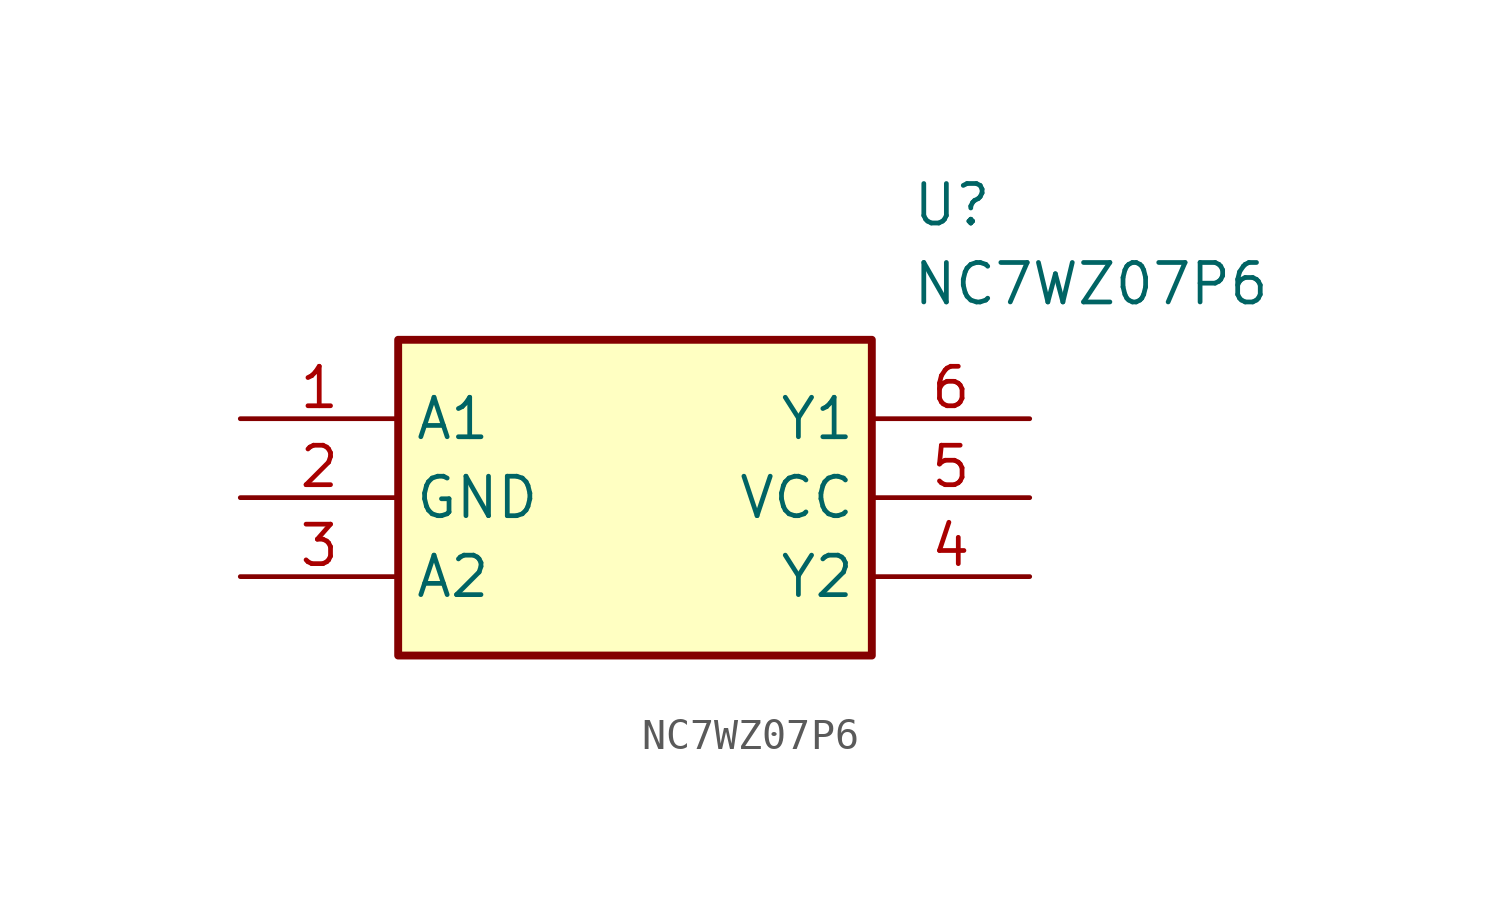
<source format=kicad_sym>
(kicad_symbol_lib
  (version 20211014)
  (generator SamacSys_ECAD_Model)
  (symbol "NC7WZ07P6"
    (property "Reference" "U"
      (at 21.59 7.62 0)
      (effects (font (size 1.27 1.27)) (justify left top)))
    (property "Value" "NC7WZ07P6"
      (at 21.59 5.08 0)
      (effects (font (size 1.27 1.27)) (justify left top)))
    (rectangle
      (start 5.08 2.54)
      (end 20.32 -7.62)
      (stroke (width 0.254) (type default))
      (fill (type background)))
    (pin passive line
      (at 0 0 0)
      (length 5.08)
      (name "A1" (effects (font (size 1.27 1.27))))
      (number "1" (effects (font (size 1.27 1.27)))))
    (pin passive line
      (at 0 -2.54 0)
      (length 5.08)
      (name "GND" (effects (font (size 1.27 1.27))))
      (number "2" (effects (font (size 1.27 1.27)))))
    (pin passive line
      (at 0 -5.08 0)
      (length 5.08)
      (name "A2" (effects (font (size 1.27 1.27))))
      (number "3" (effects (font (size 1.27 1.27)))))
    (pin passive line
      (at 25.4 0 180)
      (length 5.08)
      (name "Y1" (effects (font (size 1.27 1.27))))
      (number "6" (effects (font (size 1.27 1.27)))))
    (pin passive line
      (at 25.4 -2.54 180)
      (length 5.08)
      (name "VCC" (effects (font (size 1.27 1.27))))
      (number "5" (effects (font (size 1.27 1.27)))))
    (pin passive line
      (at 25.4 -5.08 180)
      (length 5.08)
      (name "Y2" (effects (font (size 1.27 1.27))))
      (number "4" (effects (font (size 1.27 1.27)))))))
</source>
